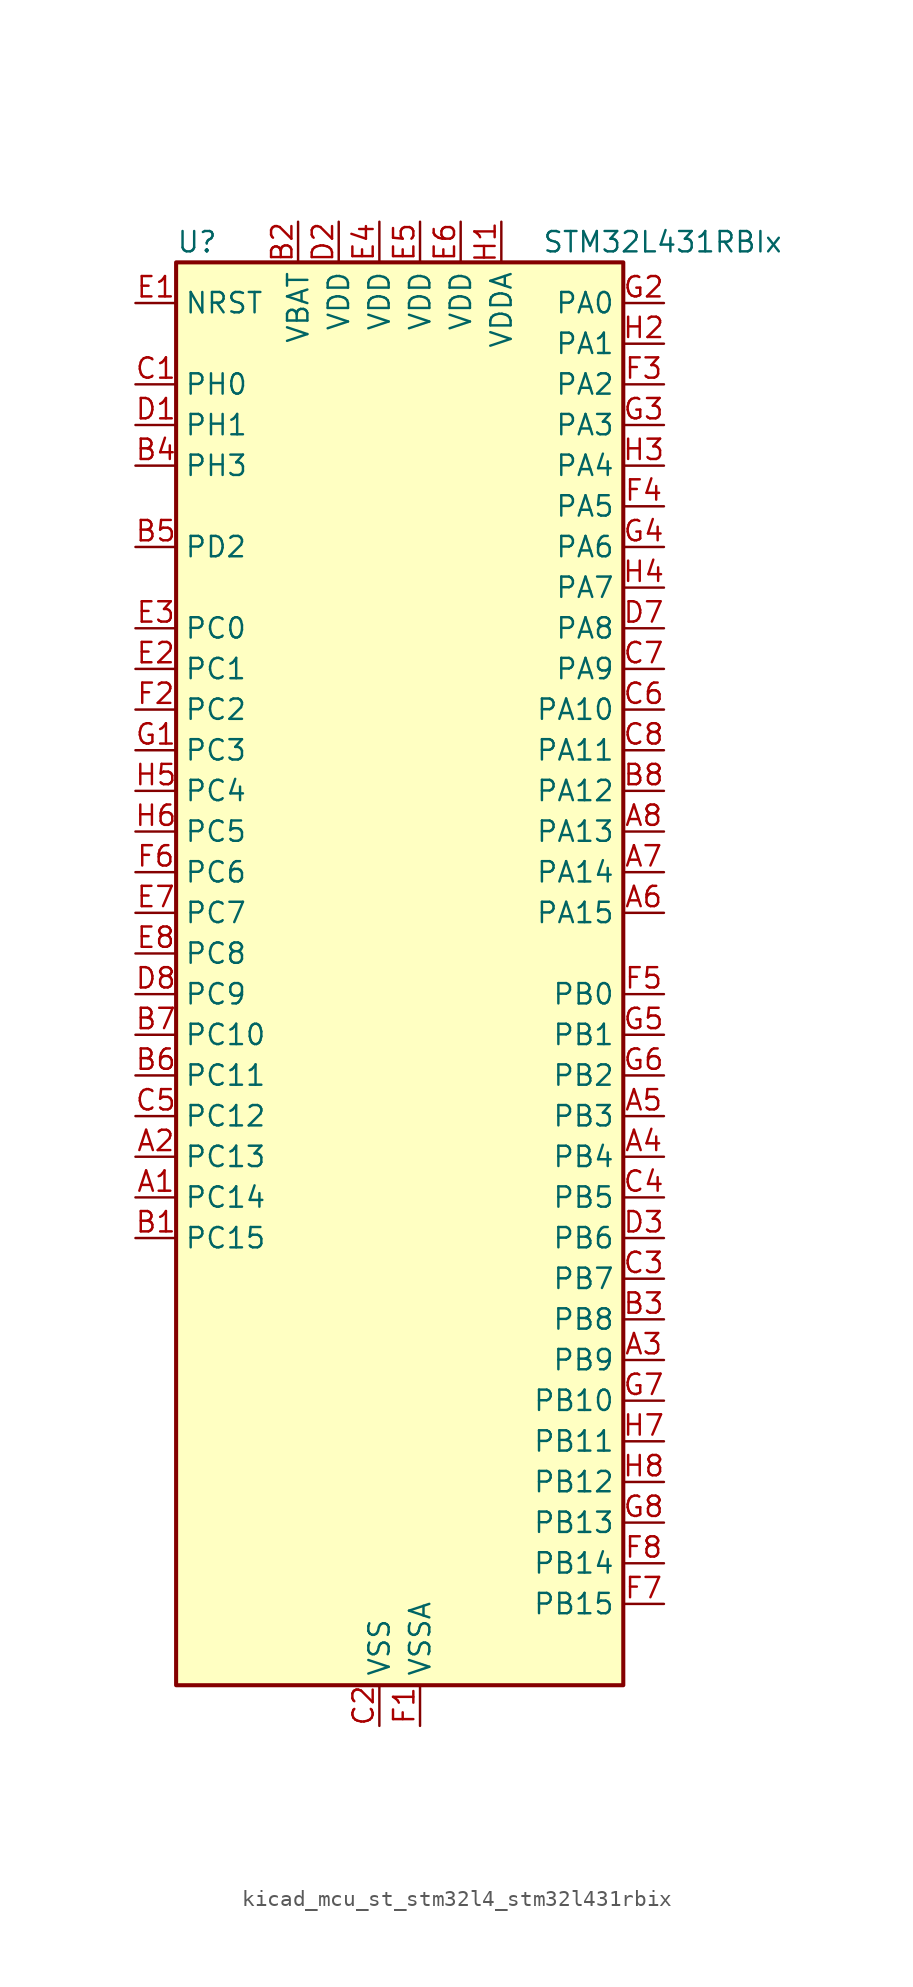
<source format=kicad_sym>
(kicad_symbol_lib
  (version 20220914)
  (generator kicad_symbol_editor)
  (symbol "kicad_mcu_st_stm32l4_stm32l431rbix"
    (property "Reference" "U"
      (at -12.7 46.99 0)
      (effects (font (size 1.27 1.27)) (justify left)))
    (property "Value" "STM32L431RBIx"
      (at 10.16 46.99 0)
      (effects (font (size 1.27 1.27)) (justify left)))
    (property "ki_locked" ""
      (at 0 0 0)
      (effects (font (size 1.27 1.27))))
    (symbol "kicad_mcu_st_stm32l4_stm32l431rbix_0_1"
      (rectangle (start -12.7 -43.18) (end 15.24 45.72) (stroke (width 0.254) (type default)) (fill (type background))))
    (symbol "kicad_mcu_st_stm32l4_stm32l431rbix_1_1"
      (pin bidirectional line (at -15.24 -12.7 0) (length 2.54) (name "PC14" (effects (font (size 1.27 1.27)))) (number "A1" (effects (font (size 1.27 1.27)))) (alternate "RCC_OSC32_IN" bidirectional line))
      (pin bidirectional line (at -15.24 -10.16 0) (length 2.54) (name "PC13" (effects (font (size 1.27 1.27)))) (number "A2" (effects (font (size 1.27 1.27)))) (alternate "RTC_OUT_ALARM" bidirectional line) (alternate "RTC_OUT_CALIB" bidirectional line) (alternate "RTC_TAMP1" bidirectional line) (alternate "RTC_TS" bidirectional line) (alternate "SYS_WKUP2" bidirectional line))
      (pin bidirectional line (at 17.78 -22.86 180) (length 2.54) (name "PB9" (effects (font (size 1.27 1.27)))) (number "A3" (effects (font (size 1.27 1.27)))) (alternate "CAN1_TX" bidirectional line) (alternate "DAC1_EXTI9" bidirectional line) (alternate "I2C1_SDA" bidirectional line) (alternate "IR_OUT" bidirectional line) (alternate "SAI1_FS_A" bidirectional line) (alternate "SDMMC1_D5" bidirectional line) (alternate "SPI2_NSS" bidirectional line))
      (pin bidirectional line (at 17.78 -10.16 180) (length 2.54) (name "PB4" (effects (font (size 1.27 1.27)))) (number "A4" (effects (font (size 1.27 1.27)))) (alternate "COMP2_INP" bidirectional line) (alternate "I2C3_SDA" bidirectional line) (alternate "SAI1_MCLK_B" bidirectional line) (alternate "SPI1_MISO" bidirectional line) (alternate "SPI3_MISO" bidirectional line) (alternate "SYS_JTRST" bidirectional line) (alternate "TSC_G2_IO1" bidirectional line) (alternate "USART1_CTS" bidirectional line))
      (pin bidirectional line (at 17.78 -7.62 180) (length 2.54) (name "PB3" (effects (font (size 1.27 1.27)))) (number "A5" (effects (font (size 1.27 1.27)))) (alternate "COMP2_INM" bidirectional line) (alternate "SAI1_SCK_B" bidirectional line) (alternate "SPI1_SCK" bidirectional line) (alternate "SPI3_SCK" bidirectional line) (alternate "SYS_JTDO-SWO" bidirectional line) (alternate "TIM2_CH2" bidirectional line) (alternate "USART1_DE" bidirectional line) (alternate "USART1_RTS" bidirectional line))
      (pin bidirectional line (at 17.78 5.08 180) (length 2.54) (name "PA15" (effects (font (size 1.27 1.27)))) (number "A6" (effects (font (size 1.27 1.27)))) (alternate "ADC1_EXTI15" bidirectional line) (alternate "SPI1_NSS" bidirectional line) (alternate "SPI3_NSS" bidirectional line) (alternate "SWPMI1_SUSPEND" bidirectional line) (alternate "SYS_JTDI" bidirectional line) (alternate "TIM2_CH1" bidirectional line) (alternate "TIM2_ETR" bidirectional line) (alternate "TSC_G3_IO1" bidirectional line) (alternate "USART2_RX" bidirectional line) (alternate "USART3_DE" bidirectional line) (alternate "USART3_RTS" bidirectional line))
      (pin bidirectional line (at 17.78 7.62 180) (length 2.54) (name "PA14" (effects (font (size 1.27 1.27)))) (number "A7" (effects (font (size 1.27 1.27)))) (alternate "I2C1_SMBA" bidirectional line) (alternate "LPTIM1_OUT" bidirectional line) (alternate "SAI1_FS_B" bidirectional line) (alternate "SWPMI1_RX" bidirectional line) (alternate "SYS_JTCK-SWCLK" bidirectional line))
      (pin bidirectional line (at 17.78 10.16 180) (length 2.54) (name "PA13" (effects (font (size 1.27 1.27)))) (number "A8" (effects (font (size 1.27 1.27)))) (alternate "IR_OUT" bidirectional line) (alternate "SAI1_SD_B" bidirectional line) (alternate "SWPMI1_TX" bidirectional line) (alternate "SYS_JTMS-SWDIO" bidirectional line))
      (pin bidirectional line (at -15.24 -15.24 0) (length 2.54) (name "PC15" (effects (font (size 1.27 1.27)))) (number "B1" (effects (font (size 1.27 1.27)))) (alternate "ADC1_EXTI15" bidirectional line) (alternate "RCC_OSC32_OUT" bidirectional line))
      (pin power_in line (at -5.08 48.26 270) (length 2.54) (name "VBAT" (effects (font (size 1.27 1.27)))) (number "B2" (effects (font (size 1.27 1.27)))))
      (pin bidirectional line (at 17.78 -20.32 180) (length 2.54) (name "PB8" (effects (font (size 1.27 1.27)))) (number "B3" (effects (font (size 1.27 1.27)))) (alternate "CAN1_RX" bidirectional line) (alternate "I2C1_SCL" bidirectional line) (alternate "SAI1_MCLK_A" bidirectional line) (alternate "SDMMC1_D4" bidirectional line) (alternate "TIM16_CH1" bidirectional line))
      (pin bidirectional line (at -15.24 33.02 0) (length 2.54) (name "PH3" (effects (font (size 1.27 1.27)))) (number "B4" (effects (font (size 1.27 1.27)))))
      (pin bidirectional line (at -15.24 27.94 0) (length 2.54) (name "PD2" (effects (font (size 1.27 1.27)))) (number "B5" (effects (font (size 1.27 1.27)))) (alternate "SDMMC1_CMD" bidirectional line) (alternate "TSC_SYNC" bidirectional line) (alternate "USART3_DE" bidirectional line) (alternate "USART3_RTS" bidirectional line))
      (pin bidirectional line (at -15.24 -5.08 0) (length 2.54) (name "PC11" (effects (font (size 1.27 1.27)))) (number "B6" (effects (font (size 1.27 1.27)))) (alternate "ADC1_EXTI11" bidirectional line) (alternate "SDMMC1_D3" bidirectional line) (alternate "SPI3_MISO" bidirectional line) (alternate "TSC_G3_IO3" bidirectional line) (alternate "USART3_RX" bidirectional line))
      (pin bidirectional line (at -15.24 -2.54 0) (length 2.54) (name "PC10" (effects (font (size 1.27 1.27)))) (number "B7" (effects (font (size 1.27 1.27)))) (alternate "SDMMC1_D2" bidirectional line) (alternate "SPI3_SCK" bidirectional line) (alternate "TSC_G3_IO2" bidirectional line) (alternate "USART3_TX" bidirectional line))
      (pin bidirectional line (at 17.78 12.7 180) (length 2.54) (name "PA12" (effects (font (size 1.27 1.27)))) (number "B8" (effects (font (size 1.27 1.27)))) (alternate "CAN1_TX" bidirectional line) (alternate "SPI1_MOSI" bidirectional line) (alternate "TIM1_ETR" bidirectional line) (alternate "USART1_DE" bidirectional line) (alternate "USART1_RTS" bidirectional line))
      (pin bidirectional line (at -15.24 38.1 0) (length 2.54) (name "PH0" (effects (font (size 1.27 1.27)))) (number "C1" (effects (font (size 1.27 1.27)))) (alternate "RCC_OSC_IN" bidirectional line))
      (pin power_in line (at 0 -45.72 90) (length 2.54) (name "VSS" (effects (font (size 1.27 1.27)))) (number "C2" (effects (font (size 1.27 1.27)))))
      (pin bidirectional line (at 17.78 -17.78 180) (length 2.54) (name "PB7" (effects (font (size 1.27 1.27)))) (number "C3" (effects (font (size 1.27 1.27)))) (alternate "COMP2_INM" bidirectional line) (alternate "I2C1_SDA" bidirectional line) (alternate "LPTIM1_IN2" bidirectional line) (alternate "SYS_PVD_IN" bidirectional line) (alternate "TSC_G2_IO4" bidirectional line) (alternate "USART1_RX" bidirectional line))
      (pin bidirectional line (at 17.78 -12.7 180) (length 2.54) (name "PB5" (effects (font (size 1.27 1.27)))) (number "C4" (effects (font (size 1.27 1.27)))) (alternate "COMP2_OUT" bidirectional line) (alternate "I2C1_SMBA" bidirectional line) (alternate "LPTIM1_IN1" bidirectional line) (alternate "SAI1_SD_B" bidirectional line) (alternate "SPI1_MOSI" bidirectional line) (alternate "SPI3_MOSI" bidirectional line) (alternate "TIM16_BKIN" bidirectional line) (alternate "TSC_G2_IO2" bidirectional line) (alternate "USART1_CK" bidirectional line))
      (pin bidirectional line (at -15.24 -7.62 0) (length 2.54) (name "PC12" (effects (font (size 1.27 1.27)))) (number "C5" (effects (font (size 1.27 1.27)))) (alternate "SDMMC1_CK" bidirectional line) (alternate "SPI3_MOSI" bidirectional line) (alternate "TSC_G3_IO4" bidirectional line) (alternate "USART3_CK" bidirectional line))
      (pin bidirectional line (at 17.78 17.78 180) (length 2.54) (name "PA10" (effects (font (size 1.27 1.27)))) (number "C6" (effects (font (size 1.27 1.27)))) (alternate "I2C1_SDA" bidirectional line) (alternate "SAI1_SD_A" bidirectional line) (alternate "TIM1_CH3" bidirectional line) (alternate "USART1_RX" bidirectional line))
      (pin bidirectional line (at 17.78 20.32 180) (length 2.54) (name "PA9" (effects (font (size 1.27 1.27)))) (number "C7" (effects (font (size 1.27 1.27)))) (alternate "DAC1_EXTI9" bidirectional line) (alternate "I2C1_SCL" bidirectional line) (alternate "SAI1_FS_A" bidirectional line) (alternate "TIM15_BKIN" bidirectional line) (alternate "TIM1_CH2" bidirectional line) (alternate "USART1_TX" bidirectional line))
      (pin bidirectional line (at 17.78 15.24 180) (length 2.54) (name "PA11" (effects (font (size 1.27 1.27)))) (number "C8" (effects (font (size 1.27 1.27)))) (alternate "ADC1_EXTI11" bidirectional line) (alternate "CAN1_RX" bidirectional line) (alternate "COMP1_OUT" bidirectional line) (alternate "SPI1_MISO" bidirectional line) (alternate "TIM1_BKIN2" bidirectional line) (alternate "TIM1_BKIN2_COMP1" bidirectional line) (alternate "TIM1_CH4" bidirectional line) (alternate "USART1_CTS" bidirectional line))
      (pin bidirectional line (at -15.24 35.56 0) (length 2.54) (name "PH1" (effects (font (size 1.27 1.27)))) (number "D1" (effects (font (size 1.27 1.27)))) (alternate "RCC_OSC_OUT" bidirectional line))
      (pin power_in line (at -2.54 48.26 270) (length 2.54) (name "VDD" (effects (font (size 1.27 1.27)))) (number "D2" (effects (font (size 1.27 1.27)))))
      (pin bidirectional line (at 17.78 -15.24 180) (length 2.54) (name "PB6" (effects (font (size 1.27 1.27)))) (number "D3" (effects (font (size 1.27 1.27)))) (alternate "COMP2_INP" bidirectional line) (alternate "I2C1_SCL" bidirectional line) (alternate "LPTIM1_ETR" bidirectional line) (alternate "SAI1_FS_B" bidirectional line) (alternate "TIM16_CH1N" bidirectional line) (alternate "TSC_G2_IO3" bidirectional line) (alternate "USART1_TX" bidirectional line))
      (pin passive line (at 0 -45.72 90) (length 2.54) hide (name "VSS" (effects (font (size 1.27 1.27)))) (number "D4" (effects (font (size 1.27 1.27)))))
      (pin passive line (at 0 -45.72 90) (length 2.54) hide (name "VSS" (effects (font (size 1.27 1.27)))) (number "D5" (effects (font (size 1.27 1.27)))))
      (pin passive line (at 0 -45.72 90) (length 2.54) hide (name "VSS" (effects (font (size 1.27 1.27)))) (number "D6" (effects (font (size 1.27 1.27)))))
      (pin bidirectional line (at 17.78 22.86 180) (length 2.54) (name "PA8" (effects (font (size 1.27 1.27)))) (number "D7" (effects (font (size 1.27 1.27)))) (alternate "LPTIM2_OUT" bidirectional line) (alternate "RCC_MCO" bidirectional line) (alternate "SAI1_SCK_A" bidirectional line) (alternate "SWPMI1_IO" bidirectional line) (alternate "TIM1_CH1" bidirectional line) (alternate "USART1_CK" bidirectional line))
      (pin bidirectional line (at -15.24 0 0) (length 2.54) (name "PC9" (effects (font (size 1.27 1.27)))) (number "D8" (effects (font (size 1.27 1.27)))) (alternate "DAC1_EXTI9" bidirectional line) (alternate "SDMMC1_D1" bidirectional line) (alternate "TSC_G4_IO4" bidirectional line))
      (pin input line (at -15.24 43.18 0) (length 2.54) (name "NRST" (effects (font (size 1.27 1.27)))) (number "E1" (effects (font (size 1.27 1.27)))))
      (pin bidirectional line (at -15.24 20.32 0) (length 2.54) (name "PC1" (effects (font (size 1.27 1.27)))) (number "E2" (effects (font (size 1.27 1.27)))) (alternate "ADC1_IN2" bidirectional line) (alternate "I2C3_SDA" bidirectional line) (alternate "LPTIM1_OUT" bidirectional line) (alternate "LPUART1_TX" bidirectional line))
      (pin bidirectional line (at -15.24 22.86 0) (length 2.54) (name "PC0" (effects (font (size 1.27 1.27)))) (number "E3" (effects (font (size 1.27 1.27)))) (alternate "ADC1_IN1" bidirectional line) (alternate "I2C3_SCL" bidirectional line) (alternate "LPTIM1_IN1" bidirectional line) (alternate "LPTIM2_IN1" bidirectional line) (alternate "LPUART1_RX" bidirectional line))
      (pin power_in line (at 0 48.26 270) (length 2.54) (name "VDD" (effects (font (size 1.27 1.27)))) (number "E4" (effects (font (size 1.27 1.27)))))
      (pin power_in line (at 2.54 48.26 270) (length 2.54) (name "VDD" (effects (font (size 1.27 1.27)))) (number "E5" (effects (font (size 1.27 1.27)))))
      (pin power_in line (at 5.08 48.26 270) (length 2.54) (name "VDD" (effects (font (size 1.27 1.27)))) (number "E6" (effects (font (size 1.27 1.27)))))
      (pin bidirectional line (at -15.24 5.08 0) (length 2.54) (name "PC7" (effects (font (size 1.27 1.27)))) (number "E7" (effects (font (size 1.27 1.27)))) (alternate "SDMMC1_D7" bidirectional line) (alternate "TSC_G4_IO2" bidirectional line))
      (pin bidirectional line (at -15.24 2.54 0) (length 2.54) (name "PC8" (effects (font (size 1.27 1.27)))) (number "E8" (effects (font (size 1.27 1.27)))) (alternate "SDMMC1_D0" bidirectional line) (alternate "TSC_G4_IO3" bidirectional line))
      (pin power_in line (at 2.54 -45.72 90) (length 2.54) (name "VSSA" (effects (font (size 1.27 1.27)))) (number "F1" (effects (font (size 1.27 1.27)))))
      (pin bidirectional line (at -15.24 17.78 0) (length 2.54) (name "PC2" (effects (font (size 1.27 1.27)))) (number "F2" (effects (font (size 1.27 1.27)))) (alternate "ADC1_IN3" bidirectional line) (alternate "LPTIM1_IN2" bidirectional line) (alternate "SPI2_MISO" bidirectional line))
      (pin bidirectional line (at 17.78 38.1 180) (length 2.54) (name "PA2" (effects (font (size 1.27 1.27)))) (number "F3" (effects (font (size 1.27 1.27)))) (alternate "ADC1_IN7" bidirectional line) (alternate "COMP2_INM" bidirectional line) (alternate "COMP2_OUT" bidirectional line) (alternate "LPUART1_TX" bidirectional line) (alternate "QUADSPI_BK1_NCS" bidirectional line) (alternate "RCC_LSCO" bidirectional line) (alternate "SYS_WKUP4" bidirectional line) (alternate "TIM15_CH1" bidirectional line) (alternate "TIM2_CH3" bidirectional line) (alternate "USART2_TX" bidirectional line))
      (pin bidirectional line (at 17.78 30.48 180) (length 2.54) (name "PA5" (effects (font (size 1.27 1.27)))) (number "F4" (effects (font (size 1.27 1.27)))) (alternate "ADC1_IN10" bidirectional line) (alternate "COMP1_INM" bidirectional line) (alternate "COMP2_INM" bidirectional line) (alternate "DAC1_OUT2" bidirectional line) (alternate "LPTIM2_ETR" bidirectional line) (alternate "SPI1_SCK" bidirectional line) (alternate "TIM2_CH1" bidirectional line) (alternate "TIM2_ETR" bidirectional line))
      (pin bidirectional line (at 17.78 0 180) (length 2.54) (name "PB0" (effects (font (size 1.27 1.27)))) (number "F5" (effects (font (size 1.27 1.27)))) (alternate "ADC1_IN15" bidirectional line) (alternate "COMP1_OUT" bidirectional line) (alternate "QUADSPI_BK1_IO1" bidirectional line) (alternate "SAI1_EXTCLK" bidirectional line) (alternate "SPI1_NSS" bidirectional line) (alternate "TIM1_CH2N" bidirectional line) (alternate "USART3_CK" bidirectional line))
      (pin bidirectional line (at -15.24 7.62 0) (length 2.54) (name "PC6" (effects (font (size 1.27 1.27)))) (number "F6" (effects (font (size 1.27 1.27)))) (alternate "SDMMC1_D6" bidirectional line) (alternate "TSC_G4_IO1" bidirectional line))
      (pin bidirectional line (at 17.78 -38.1 180) (length 2.54) (name "PB15" (effects (font (size 1.27 1.27)))) (number "F7" (effects (font (size 1.27 1.27)))) (alternate "ADC1_EXTI15" bidirectional line) (alternate "RTC_REFIN" bidirectional line) (alternate "SAI1_SD_A" bidirectional line) (alternate "SPI2_MOSI" bidirectional line) (alternate "SWPMI1_SUSPEND" bidirectional line) (alternate "TIM15_CH2" bidirectional line) (alternate "TIM1_CH3N" bidirectional line) (alternate "TSC_G1_IO4" bidirectional line))
      (pin bidirectional line (at 17.78 -35.56 180) (length 2.54) (name "PB14" (effects (font (size 1.27 1.27)))) (number "F8" (effects (font (size 1.27 1.27)))) (alternate "I2C2_SDA" bidirectional line) (alternate "SAI1_MCLK_A" bidirectional line) (alternate "SPI2_MISO" bidirectional line) (alternate "SWPMI1_RX" bidirectional line) (alternate "TIM15_CH1" bidirectional line) (alternate "TIM1_CH2N" bidirectional line) (alternate "TSC_G1_IO3" bidirectional line) (alternate "USART3_DE" bidirectional line) (alternate "USART3_RTS" bidirectional line))
      (pin bidirectional line (at -15.24 15.24 0) (length 2.54) (name "PC3" (effects (font (size 1.27 1.27)))) (number "G1" (effects (font (size 1.27 1.27)))) (alternate "ADC1_IN4" bidirectional line) (alternate "LPTIM1_ETR" bidirectional line) (alternate "LPTIM2_ETR" bidirectional line) (alternate "SAI1_SD_A" bidirectional line) (alternate "SPI2_MOSI" bidirectional line))
      (pin bidirectional line (at 17.78 43.18 180) (length 2.54) (name "PA0" (effects (font (size 1.27 1.27)))) (number "G2" (effects (font (size 1.27 1.27)))) (alternate "ADC1_IN5" bidirectional line) (alternate "COMP1_INM" bidirectional line) (alternate "COMP1_OUT" bidirectional line) (alternate "OPAMP1_VINP" bidirectional line) (alternate "RTC_TAMP2" bidirectional line) (alternate "SAI1_EXTCLK" bidirectional line) (alternate "SYS_WKUP1" bidirectional line) (alternate "TIM2_CH1" bidirectional line) (alternate "TIM2_ETR" bidirectional line) (alternate "USART2_CTS" bidirectional line))
      (pin bidirectional line (at 17.78 35.56 180) (length 2.54) (name "PA3" (effects (font (size 1.27 1.27)))) (number "G3" (effects (font (size 1.27 1.27)))) (alternate "ADC1_IN8" bidirectional line) (alternate "COMP2_INP" bidirectional line) (alternate "LPUART1_RX" bidirectional line) (alternate "OPAMP1_VOUT" bidirectional line) (alternate "QUADSPI_CLK" bidirectional line) (alternate "SAI1_MCLK_A" bidirectional line) (alternate "TIM15_CH2" bidirectional line) (alternate "TIM2_CH4" bidirectional line) (alternate "USART2_RX" bidirectional line))
      (pin bidirectional line (at 17.78 27.94 180) (length 2.54) (name "PA6" (effects (font (size 1.27 1.27)))) (number "G4" (effects (font (size 1.27 1.27)))) (alternate "ADC1_IN11" bidirectional line) (alternate "COMP1_OUT" bidirectional line) (alternate "LPUART1_CTS" bidirectional line) (alternate "QUADSPI_BK1_IO3" bidirectional line) (alternate "SPI1_MISO" bidirectional line) (alternate "TIM16_CH1" bidirectional line) (alternate "TIM1_BKIN" bidirectional line) (alternate "TIM1_BKIN_COMP2" bidirectional line) (alternate "USART3_CTS" bidirectional line))
      (pin bidirectional line (at 17.78 -2.54 180) (length 2.54) (name "PB1" (effects (font (size 1.27 1.27)))) (number "G5" (effects (font (size 1.27 1.27)))) (alternate "ADC1_IN16" bidirectional line) (alternate "COMP1_INM" bidirectional line) (alternate "LPTIM2_IN1" bidirectional line) (alternate "LPUART1_DE" bidirectional line) (alternate "LPUART1_RTS" bidirectional line) (alternate "QUADSPI_BK1_IO0" bidirectional line) (alternate "TIM1_CH3N" bidirectional line) (alternate "USART3_DE" bidirectional line) (alternate "USART3_RTS" bidirectional line))
      (pin bidirectional line (at 17.78 -5.08 180) (length 2.54) (name "PB2" (effects (font (size 1.27 1.27)))) (number "G6" (effects (font (size 1.27 1.27)))) (alternate "COMP1_INP" bidirectional line) (alternate "I2C3_SMBA" bidirectional line) (alternate "LPTIM1_OUT" bidirectional line) (alternate "RTC_OUT_ALARM" bidirectional line) (alternate "RTC_OUT_CALIB" bidirectional line))
      (pin bidirectional line (at 17.78 -25.4 180) (length 2.54) (name "PB10" (effects (font (size 1.27 1.27)))) (number "G7" (effects (font (size 1.27 1.27)))) (alternate "COMP1_OUT" bidirectional line) (alternate "I2C2_SCL" bidirectional line) (alternate "LPUART1_RX" bidirectional line) (alternate "QUADSPI_CLK" bidirectional line) (alternate "SAI1_SCK_A" bidirectional line) (alternate "SPI2_SCK" bidirectional line) (alternate "TIM2_CH3" bidirectional line) (alternate "TSC_SYNC" bidirectional line) (alternate "USART3_TX" bidirectional line))
      (pin bidirectional line (at 17.78 -33.02 180) (length 2.54) (name "PB13" (effects (font (size 1.27 1.27)))) (number "G8" (effects (font (size 1.27 1.27)))) (alternate "I2C2_SCL" bidirectional line) (alternate "LPUART1_CTS" bidirectional line) (alternate "SAI1_SCK_A" bidirectional line) (alternate "SPI2_SCK" bidirectional line) (alternate "SWPMI1_TX" bidirectional line) (alternate "TIM15_CH1N" bidirectional line) (alternate "TIM1_CH1N" bidirectional line) (alternate "TSC_G1_IO2" bidirectional line) (alternate "USART3_CTS" bidirectional line))
      (pin power_in line (at 7.62 48.26 270) (length 2.54) (name "VDDA" (effects (font (size 1.27 1.27)))) (number "H1" (effects (font (size 1.27 1.27)))))
      (pin bidirectional line (at 17.78 40.64 180) (length 2.54) (name "PA1" (effects (font (size 1.27 1.27)))) (number "H2" (effects (font (size 1.27 1.27)))) (alternate "ADC1_IN6" bidirectional line) (alternate "COMP1_INP" bidirectional line) (alternate "I2C1_SMBA" bidirectional line) (alternate "OPAMP1_VINM" bidirectional line) (alternate "SPI1_SCK" bidirectional line) (alternate "TIM15_CH1N" bidirectional line) (alternate "TIM2_CH2" bidirectional line) (alternate "USART2_DE" bidirectional line) (alternate "USART2_RTS" bidirectional line))
      (pin bidirectional line (at 17.78 33.02 180) (length 2.54) (name "PA4" (effects (font (size 1.27 1.27)))) (number "H3" (effects (font (size 1.27 1.27)))) (alternate "ADC1_IN9" bidirectional line) (alternate "COMP1_INM" bidirectional line) (alternate "COMP2_INM" bidirectional line) (alternate "DAC1_OUT1" bidirectional line) (alternate "LPTIM2_OUT" bidirectional line) (alternate "SAI1_FS_B" bidirectional line) (alternate "SPI1_NSS" bidirectional line) (alternate "SPI3_NSS" bidirectional line) (alternate "USART2_CK" bidirectional line))
      (pin bidirectional line (at 17.78 25.4 180) (length 2.54) (name "PA7" (effects (font (size 1.27 1.27)))) (number "H4" (effects (font (size 1.27 1.27)))) (alternate "ADC1_IN12" bidirectional line) (alternate "COMP2_OUT" bidirectional line) (alternate "I2C3_SCL" bidirectional line) (alternate "QUADSPI_BK1_IO2" bidirectional line) (alternate "SPI1_MOSI" bidirectional line) (alternate "TIM1_CH1N" bidirectional line))
      (pin bidirectional line (at -15.24 12.7 0) (length 2.54) (name "PC4" (effects (font (size 1.27 1.27)))) (number "H5" (effects (font (size 1.27 1.27)))) (alternate "ADC1_IN13" bidirectional line) (alternate "COMP1_INM" bidirectional line) (alternate "USART3_TX" bidirectional line))
      (pin bidirectional line (at -15.24 10.16 0) (length 2.54) (name "PC5" (effects (font (size 1.27 1.27)))) (number "H6" (effects (font (size 1.27 1.27)))) (alternate "ADC1_IN14" bidirectional line) (alternate "COMP1_INP" bidirectional line) (alternate "SYS_WKUP5" bidirectional line) (alternate "USART3_RX" bidirectional line))
      (pin bidirectional line (at 17.78 -27.94 180) (length 2.54) (name "PB11" (effects (font (size 1.27 1.27)))) (number "H7" (effects (font (size 1.27 1.27)))) (alternate "ADC1_EXTI11" bidirectional line) (alternate "COMP2_OUT" bidirectional line) (alternate "I2C2_SDA" bidirectional line) (alternate "LPUART1_TX" bidirectional line) (alternate "QUADSPI_BK1_NCS" bidirectional line) (alternate "TIM2_CH4" bidirectional line) (alternate "USART3_RX" bidirectional line))
      (pin bidirectional line (at 17.78 -30.48 180) (length 2.54) (name "PB12" (effects (font (size 1.27 1.27)))) (number "H8" (effects (font (size 1.27 1.27)))) (alternate "I2C2_SMBA" bidirectional line) (alternate "LPUART1_DE" bidirectional line) (alternate "LPUART1_RTS" bidirectional line) (alternate "SAI1_FS_A" bidirectional line) (alternate "SPI2_NSS" bidirectional line) (alternate "SWPMI1_IO" bidirectional line) (alternate "TIM15_BKIN" bidirectional line) (alternate "TIM1_BKIN" bidirectional line) (alternate "TIM1_BKIN_COMP2" bidirectional line) (alternate "TSC_G1_IO1" bidirectional line) (alternate "USART3_CK" bidirectional line)))))
</source>
